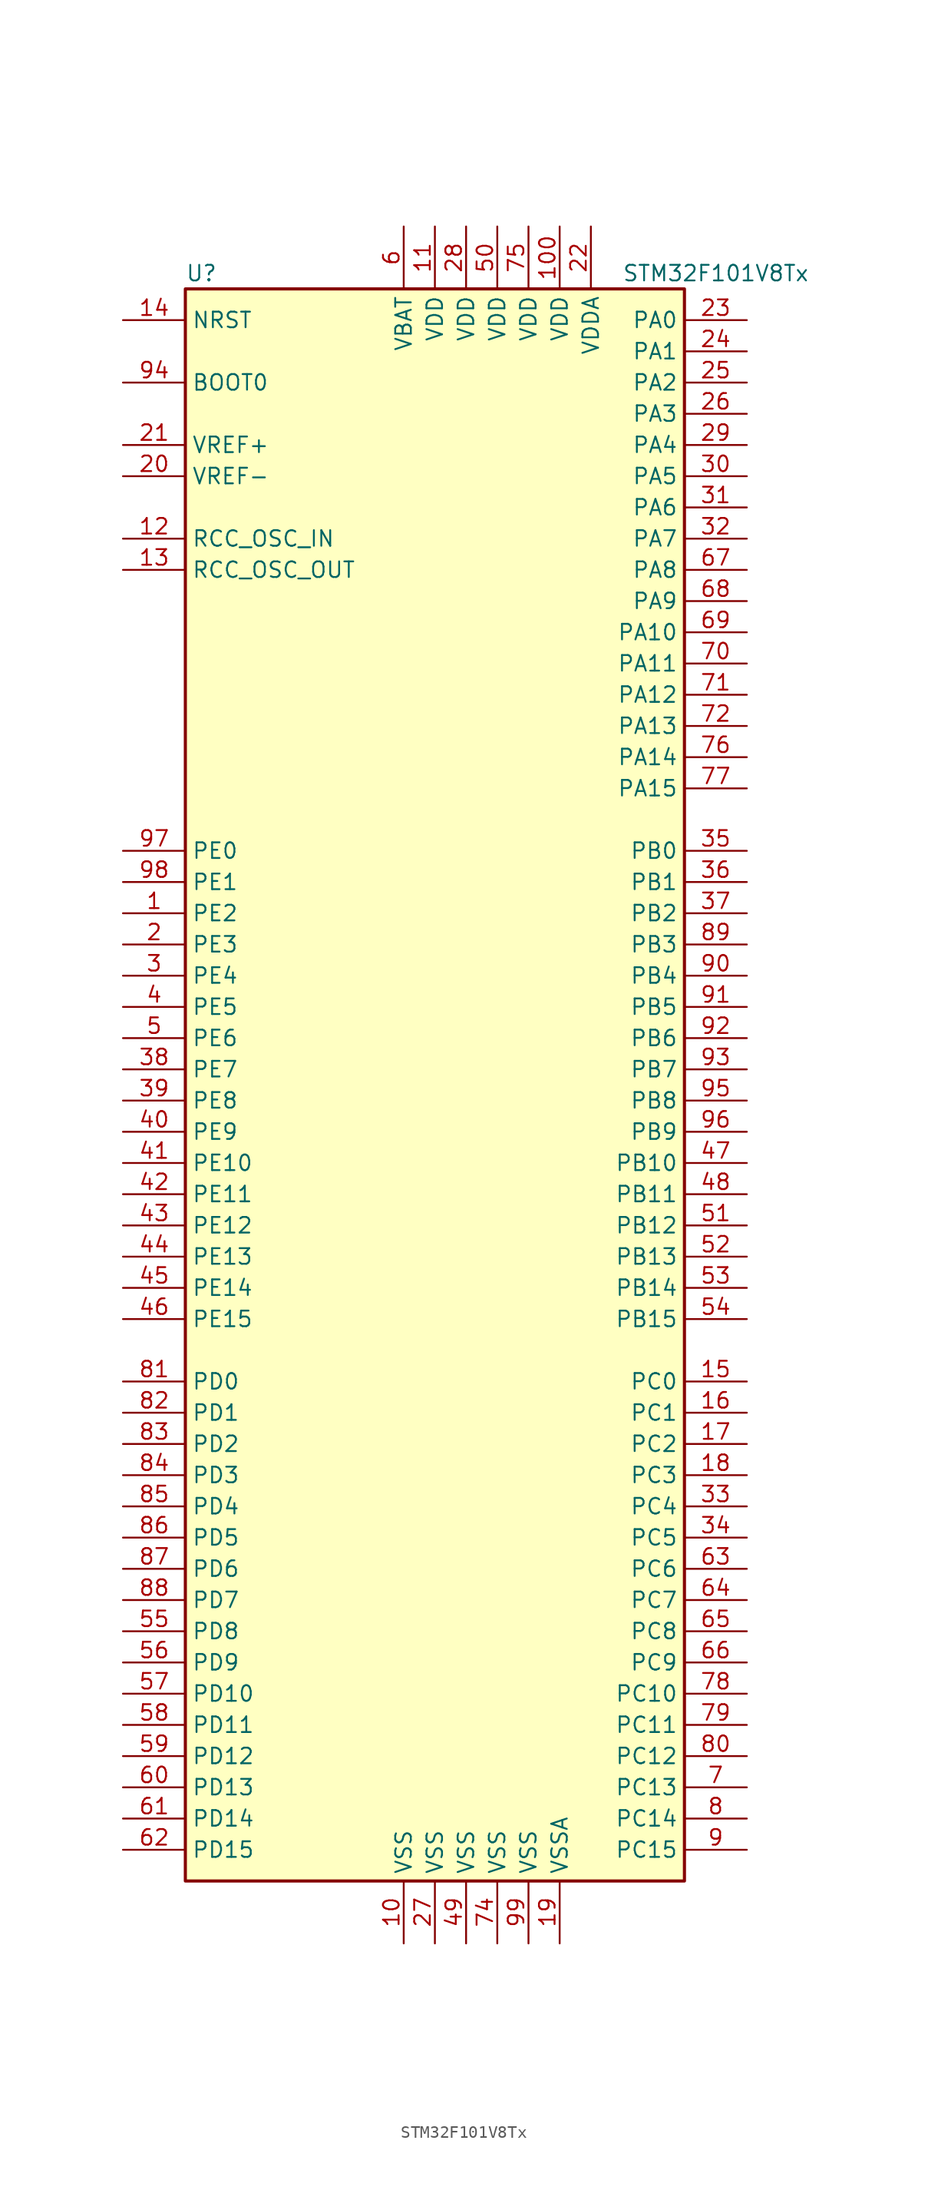
<source format=kicad_sym>
(kicad_symbol_lib
  (version 20200908)
  (generator kicad_symbol_editor)
  (symbol "MCU_ST_STM32F1:STM32F101V8Tx"
    (property "Reference" "U"
      (at -20.32 64.77 0)
      (effects (font (size 1.27 1.27)) (justify left)))
    (property "Value" "STM32F101V8Tx"
      (at 15.24 64.77 0)
      (effects (font (size 1.27 1.27)) (justify left)))
    (symbol "STM32F101V8Tx_0_1"
      (rectangle (start -20.32 -66.04) (end 20.32 63.5) (stroke (width 0.254)) (fill (type background))))
    (symbol "STM32F101V8Tx_1_1"
      (pin input line (at -25.4 55.88 0) (length 5.08) (name "BOOT0" (effects (font (size 1.27 1.27)))) (number "94" (effects (font (size 1.27 1.27)))))
      (pin unconnected line (at -20.32 -63.5 0) (length 5.08) hide (name "NC" (effects (font (size 1.27 1.27)))) (number "73" (effects (font (size 1.27 1.27)))))
      (pin input line (at -25.4 60.96 0) (length 5.08) (name "NRST" (effects (font (size 1.27 1.27)))) (number "14" (effects (font (size 1.27 1.27)))))
      (pin bidirectional line (at 25.4 60.96 180) (length 5.08) (name "PA0" (effects (font (size 1.27 1.27)))) (number "23" (effects (font (size 1.27 1.27)))))
      (pin bidirectional line (at 25.4 58.42 180) (length 5.08) (name "PA1" (effects (font (size 1.27 1.27)))) (number "24" (effects (font (size 1.27 1.27)))))
      (pin bidirectional line (at 25.4 35.56 180) (length 5.08) (name "PA10" (effects (font (size 1.27 1.27)))) (number "69" (effects (font (size 1.27 1.27)))))
      (pin bidirectional line (at 25.4 33.02 180) (length 5.08) (name "PA11" (effects (font (size 1.27 1.27)))) (number "70" (effects (font (size 1.27 1.27)))))
      (pin bidirectional line (at 25.4 30.48 180) (length 5.08) (name "PA12" (effects (font (size 1.27 1.27)))) (number "71" (effects (font (size 1.27 1.27)))))
      (pin bidirectional line (at 25.4 27.94 180) (length 5.08) (name "PA13" (effects (font (size 1.27 1.27)))) (number "72" (effects (font (size 1.27 1.27)))))
      (pin bidirectional line (at 25.4 25.4 180) (length 5.08) (name "PA14" (effects (font (size 1.27 1.27)))) (number "76" (effects (font (size 1.27 1.27)))))
      (pin bidirectional line (at 25.4 22.86 180) (length 5.08) (name "PA15" (effects (font (size 1.27 1.27)))) (number "77" (effects (font (size 1.27 1.27)))))
      (pin bidirectional line (at 25.4 55.88 180) (length 5.08) (name "PA2" (effects (font (size 1.27 1.27)))) (number "25" (effects (font (size 1.27 1.27)))))
      (pin bidirectional line (at 25.4 53.34 180) (length 5.08) (name "PA3" (effects (font (size 1.27 1.27)))) (number "26" (effects (font (size 1.27 1.27)))))
      (pin bidirectional line (at 25.4 50.8 180) (length 5.08) (name "PA4" (effects (font (size 1.27 1.27)))) (number "29" (effects (font (size 1.27 1.27)))))
      (pin bidirectional line (at 25.4 48.26 180) (length 5.08) (name "PA5" (effects (font (size 1.27 1.27)))) (number "30" (effects (font (size 1.27 1.27)))))
      (pin bidirectional line (at 25.4 45.72 180) (length 5.08) (name "PA6" (effects (font (size 1.27 1.27)))) (number "31" (effects (font (size 1.27 1.27)))))
      (pin bidirectional line (at 25.4 43.18 180) (length 5.08) (name "PA7" (effects (font (size 1.27 1.27)))) (number "32" (effects (font (size 1.27 1.27)))))
      (pin bidirectional line (at 25.4 40.64 180) (length 5.08) (name "PA8" (effects (font (size 1.27 1.27)))) (number "67" (effects (font (size 1.27 1.27)))))
      (pin bidirectional line (at 25.4 38.1 180) (length 5.08) (name "PA9" (effects (font (size 1.27 1.27)))) (number "68" (effects (font (size 1.27 1.27)))))
      (pin bidirectional line (at 25.4 17.78 180) (length 5.08) (name "PB0" (effects (font (size 1.27 1.27)))) (number "35" (effects (font (size 1.27 1.27)))))
      (pin bidirectional line (at 25.4 15.24 180) (length 5.08) (name "PB1" (effects (font (size 1.27 1.27)))) (number "36" (effects (font (size 1.27 1.27)))))
      (pin bidirectional line (at 25.4 -7.62 180) (length 5.08) (name "PB10" (effects (font (size 1.27 1.27)))) (number "47" (effects (font (size 1.27 1.27)))))
      (pin bidirectional line (at 25.4 -10.16 180) (length 5.08) (name "PB11" (effects (font (size 1.27 1.27)))) (number "48" (effects (font (size 1.27 1.27)))))
      (pin bidirectional line (at 25.4 -12.7 180) (length 5.08) (name "PB12" (effects (font (size 1.27 1.27)))) (number "51" (effects (font (size 1.27 1.27)))))
      (pin bidirectional line (at 25.4 -15.24 180) (length 5.08) (name "PB13" (effects (font (size 1.27 1.27)))) (number "52" (effects (font (size 1.27 1.27)))))
      (pin bidirectional line (at 25.4 -17.78 180) (length 5.08) (name "PB14" (effects (font (size 1.27 1.27)))) (number "53" (effects (font (size 1.27 1.27)))))
      (pin bidirectional line (at 25.4 -20.32 180) (length 5.08) (name "PB15" (effects (font (size 1.27 1.27)))) (number "54" (effects (font (size 1.27 1.27)))))
      (pin bidirectional line (at 25.4 12.7 180) (length 5.08) (name "PB2" (effects (font (size 1.27 1.27)))) (number "37" (effects (font (size 1.27 1.27)))))
      (pin bidirectional line (at 25.4 10.16 180) (length 5.08) (name "PB3" (effects (font (size 1.27 1.27)))) (number "89" (effects (font (size 1.27 1.27)))))
      (pin bidirectional line (at 25.4 7.62 180) (length 5.08) (name "PB4" (effects (font (size 1.27 1.27)))) (number "90" (effects (font (size 1.27 1.27)))))
      (pin bidirectional line (at 25.4 5.08 180) (length 5.08) (name "PB5" (effects (font (size 1.27 1.27)))) (number "91" (effects (font (size 1.27 1.27)))))
      (pin bidirectional line (at 25.4 2.54 180) (length 5.08) (name "PB6" (effects (font (size 1.27 1.27)))) (number "92" (effects (font (size 1.27 1.27)))))
      (pin bidirectional line (at 25.4 0 180) (length 5.08) (name "PB7" (effects (font (size 1.27 1.27)))) (number "93" (effects (font (size 1.27 1.27)))))
      (pin bidirectional line (at 25.4 -2.54 180) (length 5.08) (name "PB8" (effects (font (size 1.27 1.27)))) (number "95" (effects (font (size 1.27 1.27)))))
      (pin bidirectional line (at 25.4 -5.08 180) (length 5.08) (name "PB9" (effects (font (size 1.27 1.27)))) (number "96" (effects (font (size 1.27 1.27)))))
      (pin bidirectional line (at 25.4 -25.4 180) (length 5.08) (name "PC0" (effects (font (size 1.27 1.27)))) (number "15" (effects (font (size 1.27 1.27)))))
      (pin bidirectional line (at 25.4 -27.94 180) (length 5.08) (name "PC1" (effects (font (size 1.27 1.27)))) (number "16" (effects (font (size 1.27 1.27)))))
      (pin bidirectional line (at 25.4 -50.8 180) (length 5.08) (name "PC10" (effects (font (size 1.27 1.27)))) (number "78" (effects (font (size 1.27 1.27)))))
      (pin bidirectional line (at 25.4 -53.34 180) (length 5.08) (name "PC11" (effects (font (size 1.27 1.27)))) (number "79" (effects (font (size 1.27 1.27)))))
      (pin bidirectional line (at 25.4 -55.88 180) (length 5.08) (name "PC12" (effects (font (size 1.27 1.27)))) (number "80" (effects (font (size 1.27 1.27)))))
      (pin bidirectional line (at 25.4 -58.42 180) (length 5.08) (name "PC13" (effects (font (size 1.27 1.27)))) (number "7" (effects (font (size 1.27 1.27)))))
      (pin bidirectional line (at 25.4 -60.96 180) (length 5.08) (name "PC14" (effects (font (size 1.27 1.27)))) (number "8" (effects (font (size 1.27 1.27)))))
      (pin bidirectional line (at 25.4 -63.5 180) (length 5.08) (name "PC15" (effects (font (size 1.27 1.27)))) (number "9" (effects (font (size 1.27 1.27)))))
      (pin bidirectional line (at 25.4 -30.48 180) (length 5.08) (name "PC2" (effects (font (size 1.27 1.27)))) (number "17" (effects (font (size 1.27 1.27)))))
      (pin bidirectional line (at 25.4 -33.02 180) (length 5.08) (name "PC3" (effects (font (size 1.27 1.27)))) (number "18" (effects (font (size 1.27 1.27)))))
      (pin bidirectional line (at 25.4 -35.56 180) (length 5.08) (name "PC4" (effects (font (size 1.27 1.27)))) (number "33" (effects (font (size 1.27 1.27)))))
      (pin bidirectional line (at 25.4 -38.1 180) (length 5.08) (name "PC5" (effects (font (size 1.27 1.27)))) (number "34" (effects (font (size 1.27 1.27)))))
      (pin bidirectional line (at 25.4 -40.64 180) (length 5.08) (name "PC6" (effects (font (size 1.27 1.27)))) (number "63" (effects (font (size 1.27 1.27)))))
      (pin bidirectional line (at 25.4 -43.18 180) (length 5.08) (name "PC7" (effects (font (size 1.27 1.27)))) (number "64" (effects (font (size 1.27 1.27)))))
      (pin bidirectional line (at 25.4 -45.72 180) (length 5.08) (name "PC8" (effects (font (size 1.27 1.27)))) (number "65" (effects (font (size 1.27 1.27)))))
      (pin bidirectional line (at 25.4 -48.26 180) (length 5.08) (name "PC9" (effects (font (size 1.27 1.27)))) (number "66" (effects (font (size 1.27 1.27)))))
      (pin bidirectional line (at -25.4 -25.4 0) (length 5.08) (name "PD0" (effects (font (size 1.27 1.27)))) (number "81" (effects (font (size 1.27 1.27)))))
      (pin bidirectional line (at -25.4 -27.94 0) (length 5.08) (name "PD1" (effects (font (size 1.27 1.27)))) (number "82" (effects (font (size 1.27 1.27)))))
      (pin bidirectional line (at -25.4 -50.8 0) (length 5.08) (name "PD10" (effects (font (size 1.27 1.27)))) (number "57" (effects (font (size 1.27 1.27)))))
      (pin bidirectional line (at -25.4 -53.34 0) (length 5.08) (name "PD11" (effects (font (size 1.27 1.27)))) (number "58" (effects (font (size 1.27 1.27)))))
      (pin bidirectional line (at -25.4 -55.88 0) (length 5.08) (name "PD12" (effects (font (size 1.27 1.27)))) (number "59" (effects (font (size 1.27 1.27)))))
      (pin bidirectional line (at -25.4 -58.42 0) (length 5.08) (name "PD13" (effects (font (size 1.27 1.27)))) (number "60" (effects (font (size 1.27 1.27)))))
      (pin bidirectional line (at -25.4 -60.96 0) (length 5.08) (name "PD14" (effects (font (size 1.27 1.27)))) (number "61" (effects (font (size 1.27 1.27)))))
      (pin bidirectional line (at -25.4 -63.5 0) (length 5.08) (name "PD15" (effects (font (size 1.27 1.27)))) (number "62" (effects (font (size 1.27 1.27)))))
      (pin bidirectional line (at -25.4 -30.48 0) (length 5.08) (name "PD2" (effects (font (size 1.27 1.27)))) (number "83" (effects (font (size 1.27 1.27)))))
      (pin bidirectional line (at -25.4 -33.02 0) (length 5.08) (name "PD3" (effects (font (size 1.27 1.27)))) (number "84" (effects (font (size 1.27 1.27)))))
      (pin bidirectional line (at -25.4 -35.56 0) (length 5.08) (name "PD4" (effects (font (size 1.27 1.27)))) (number "85" (effects (font (size 1.27 1.27)))))
      (pin bidirectional line (at -25.4 -38.1 0) (length 5.08) (name "PD5" (effects (font (size 1.27 1.27)))) (number "86" (effects (font (size 1.27 1.27)))))
      (pin bidirectional line (at -25.4 -40.64 0) (length 5.08) (name "PD6" (effects (font (size 1.27 1.27)))) (number "87" (effects (font (size 1.27 1.27)))))
      (pin bidirectional line (at -25.4 -43.18 0) (length 5.08) (name "PD7" (effects (font (size 1.27 1.27)))) (number "88" (effects (font (size 1.27 1.27)))))
      (pin bidirectional line (at -25.4 -45.72 0) (length 5.08) (name "PD8" (effects (font (size 1.27 1.27)))) (number "55" (effects (font (size 1.27 1.27)))))
      (pin bidirectional line (at -25.4 -48.26 0) (length 5.08) (name "PD9" (effects (font (size 1.27 1.27)))) (number "56" (effects (font (size 1.27 1.27)))))
      (pin bidirectional line (at -25.4 17.78 0) (length 5.08) (name "PE0" (effects (font (size 1.27 1.27)))) (number "97" (effects (font (size 1.27 1.27)))))
      (pin bidirectional line (at -25.4 15.24 0) (length 5.08) (name "PE1" (effects (font (size 1.27 1.27)))) (number "98" (effects (font (size 1.27 1.27)))))
      (pin bidirectional line (at -25.4 -7.62 0) (length 5.08) (name "PE10" (effects (font (size 1.27 1.27)))) (number "41" (effects (font (size 1.27 1.27)))))
      (pin bidirectional line (at -25.4 -10.16 0) (length 5.08) (name "PE11" (effects (font (size 1.27 1.27)))) (number "42" (effects (font (size 1.27 1.27)))))
      (pin bidirectional line (at -25.4 -12.7 0) (length 5.08) (name "PE12" (effects (font (size 1.27 1.27)))) (number "43" (effects (font (size 1.27 1.27)))))
      (pin bidirectional line (at -25.4 -15.24 0) (length 5.08) (name "PE13" (effects (font (size 1.27 1.27)))) (number "44" (effects (font (size 1.27 1.27)))))
      (pin bidirectional line (at -25.4 -17.78 0) (length 5.08) (name "PE14" (effects (font (size 1.27 1.27)))) (number "45" (effects (font (size 1.27 1.27)))))
      (pin bidirectional line (at -25.4 -20.32 0) (length 5.08) (name "PE15" (effects (font (size 1.27 1.27)))) (number "46" (effects (font (size 1.27 1.27)))))
      (pin bidirectional line (at -25.4 12.7 0) (length 5.08) (name "PE2" (effects (font (size 1.27 1.27)))) (number "1" (effects (font (size 1.27 1.27)))))
      (pin bidirectional line (at -25.4 10.16 0) (length 5.08) (name "PE3" (effects (font (size 1.27 1.27)))) (number "2" (effects (font (size 1.27 1.27)))))
      (pin bidirectional line (at -25.4 7.62 0) (length 5.08) (name "PE4" (effects (font (size 1.27 1.27)))) (number "3" (effects (font (size 1.27 1.27)))))
      (pin bidirectional line (at -25.4 5.08 0) (length 5.08) (name "PE5" (effects (font (size 1.27 1.27)))) (number "4" (effects (font (size 1.27 1.27)))))
      (pin bidirectional line (at -25.4 2.54 0) (length 5.08) (name "PE6" (effects (font (size 1.27 1.27)))) (number "5" (effects (font (size 1.27 1.27)))))
      (pin bidirectional line (at -25.4 0 0) (length 5.08) (name "PE7" (effects (font (size 1.27 1.27)))) (number "38" (effects (font (size 1.27 1.27)))))
      (pin bidirectional line (at -25.4 -2.54 0) (length 5.08) (name "PE8" (effects (font (size 1.27 1.27)))) (number "39" (effects (font (size 1.27 1.27)))))
      (pin bidirectional line (at -25.4 -5.08 0) (length 5.08) (name "PE9" (effects (font (size 1.27 1.27)))) (number "40" (effects (font (size 1.27 1.27)))))
      (pin input line (at -25.4 43.18 0) (length 5.08) (name "RCC_OSC_IN" (effects (font (size 1.27 1.27)))) (number "12" (effects (font (size 1.27 1.27)))))
      (pin input line (at -25.4 40.64 0) (length 5.08) (name "RCC_OSC_OUT" (effects (font (size 1.27 1.27)))) (number "13" (effects (font (size 1.27 1.27)))))
      (pin power_in line (at -2.54 68.58 270) (length 5.08) (name "VBAT" (effects (font (size 1.27 1.27)))) (number "6" (effects (font (size 1.27 1.27)))))
      (pin power_in line (at 10.16 68.58 270) (length 5.08) (name "VDD" (effects (font (size 1.27 1.27)))) (number "100" (effects (font (size 1.27 1.27)))))
      (pin power_in line (at 0 68.58 270) (length 5.08) (name "VDD" (effects (font (size 1.27 1.27)))) (number "11" (effects (font (size 1.27 1.27)))))
      (pin power_in line (at 2.54 68.58 270) (length 5.08) (name "VDD" (effects (font (size 1.27 1.27)))) (number "28" (effects (font (size 1.27 1.27)))))
      (pin power_in line (at 5.08 68.58 270) (length 5.08) (name "VDD" (effects (font (size 1.27 1.27)))) (number "50" (effects (font (size 1.27 1.27)))))
      (pin power_in line (at 7.62 68.58 270) (length 5.08) (name "VDD" (effects (font (size 1.27 1.27)))) (number "75" (effects (font (size 1.27 1.27)))))
      (pin power_in line (at 12.7 68.58 270) (length 5.08) (name "VDDA" (effects (font (size 1.27 1.27)))) (number "22" (effects (font (size 1.27 1.27)))))
      (pin power_in line (at -25.4 50.8 0) (length 5.08) (name "VREF+" (effects (font (size 1.27 1.27)))) (number "21" (effects (font (size 1.27 1.27)))))
      (pin power_in line (at -25.4 48.26 0) (length 5.08) (name "VREF-" (effects (font (size 1.27 1.27)))) (number "20" (effects (font (size 1.27 1.27)))))
      (pin power_in line (at -2.54 -71.12 90) (length 5.08) (name "VSS" (effects (font (size 1.27 1.27)))) (number "10" (effects (font (size 1.27 1.27)))))
      (pin power_in line (at 0 -71.12 90) (length 5.08) (name "VSS" (effects (font (size 1.27 1.27)))) (number "27" (effects (font (size 1.27 1.27)))))
      (pin power_in line (at 2.54 -71.12 90) (length 5.08) (name "VSS" (effects (font (size 1.27 1.27)))) (number "49" (effects (font (size 1.27 1.27)))))
      (pin power_in line (at 5.08 -71.12 90) (length 5.08) (name "VSS" (effects (font (size 1.27 1.27)))) (number "74" (effects (font (size 1.27 1.27)))))
      (pin power_in line (at 7.62 -71.12 90) (length 5.08) (name "VSS" (effects (font (size 1.27 1.27)))) (number "99" (effects (font (size 1.27 1.27)))))
      (pin power_in line (at 10.16 -71.12 90) (length 5.08) (name "VSSA" (effects (font (size 1.27 1.27)))) (number "19" (effects (font (size 1.27 1.27))))))))
</source>
